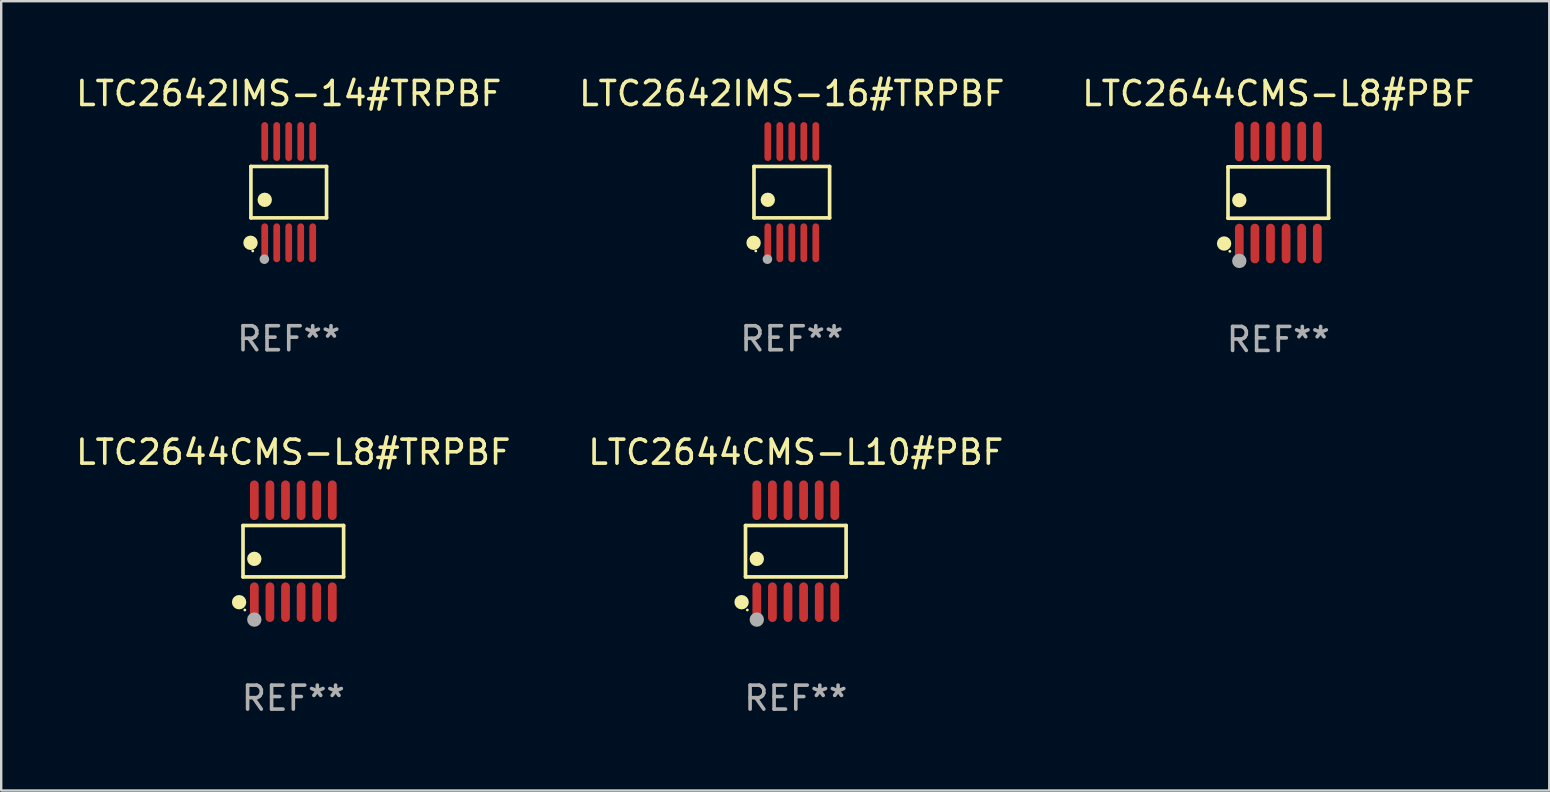
<source format=kicad_pcb>
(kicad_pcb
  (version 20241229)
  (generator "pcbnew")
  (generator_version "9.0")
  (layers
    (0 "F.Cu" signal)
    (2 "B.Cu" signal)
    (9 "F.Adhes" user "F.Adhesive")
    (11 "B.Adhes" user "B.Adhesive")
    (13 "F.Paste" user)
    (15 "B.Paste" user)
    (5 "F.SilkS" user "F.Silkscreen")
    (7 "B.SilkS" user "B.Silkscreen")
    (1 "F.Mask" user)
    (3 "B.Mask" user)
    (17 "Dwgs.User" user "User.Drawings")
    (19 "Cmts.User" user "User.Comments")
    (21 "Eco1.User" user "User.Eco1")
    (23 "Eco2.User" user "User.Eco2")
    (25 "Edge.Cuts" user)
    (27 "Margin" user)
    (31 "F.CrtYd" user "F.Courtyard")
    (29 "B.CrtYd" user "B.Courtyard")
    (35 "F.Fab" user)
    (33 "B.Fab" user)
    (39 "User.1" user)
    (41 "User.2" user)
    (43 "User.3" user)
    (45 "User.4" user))
  (footprint "LTC2644CMS-L10#PBF"
    (layer "F.Cu")
    (at 30.113 19.92)
    (property "Reference" "LTC2644CMS-L10#PBF" (at 0 -4.125 0) (layer "F.SilkS") (effects (font (size 1 1) (thickness 0.15))))
    (attr through_hole)
    (fp_line (start -2.096 -1.071) (end 2.096 -1.071) (stroke (width 0.152) (type solid)) (layer "F.SilkS"))
    (fp_line (start -2.096 1.071) (end -2.096 -1.071) (stroke (width 0.152) (type solid)) (layer "F.SilkS"))
    (fp_line (start 2.096 -1.071) (end 2.096 1.071) (stroke (width 0.152) (type solid)) (layer "F.SilkS"))
    (fp_line (start 2.096 1.071) (end -2.096 1.071) (stroke (width 0.152) (type solid)) (layer "F.SilkS"))
    (fp_circle (center -2.259 2.125) (end -2.109 2.125) (stroke (width 0.3) (type solid)) (fill no) (layer "F.SilkS"))
    (fp_circle (center -2.02 2.45) (end -1.99 2.45) (stroke (width 0.06) (type solid)) (fill no) (layer "F.SilkS"))
    (fp_circle (center -1.625 0.319) (end -1.475 0.319) (stroke (width 0.3) (type solid)) (fill no) (layer "F.SilkS"))
    (fp_circle (center -1.625 2.85) (end -1.475 2.85) (stroke (width 0.3) (type solid)) (fill no) (layer "F.Fab"))
    (fp_text user "REF**" (at 0 6.125 0) (layer "F.Fab") (effects (font (size 1 1) (thickness 0.15))))
    (pad "1" smd oval (at -1.625 2.125) (size 0.364 1.65) (layers "F.Cu" "F.Mask" "F.Paste"))
    (pad "2" smd oval (at -0.975 2.125) (size 0.364 1.65) (layers "F.Cu" "F.Mask" "F.Paste"))
    (pad "3" smd oval (at -0.325 2.125) (size 0.364 1.65) (layers "F.Cu" "F.Mask" "F.Paste"))
    (pad "4" smd oval (at 0.325 2.125) (size 0.364 1.65) (layers "F.Cu" "F.Mask" "F.Paste"))
    (pad "5" smd oval (at 0.975 2.125) (size 0.364 1.65) (layers "F.Cu" "F.Mask" "F.Paste"))
    (pad "6" smd oval (at 1.625 2.125) (size 0.364 1.65) (layers "F.Cu" "F.Mask" "F.Paste"))
    (pad "7" smd oval (at 1.625 -2.125) (size 0.364 1.65) (layers "F.Cu" "F.Mask" "F.Paste"))
    (pad "8" smd oval (at 0.975 -2.125) (size 0.364 1.65) (layers "F.Cu" "F.Mask" "F.Paste"))
    (pad "9" smd oval (at 0.325 -2.125) (size 0.364 1.65) (layers "F.Cu" "F.Mask" "F.Paste"))
    (pad "10" smd oval (at -0.325 -2.125) (size 0.364 1.65) (layers "F.Cu" "F.Mask" "F.Paste"))
    (pad "11" smd oval (at -0.975 -2.125) (size 0.364 1.65) (layers "F.Cu" "F.Mask" "F.Paste"))
    (pad "12" smd oval (at -1.625 -2.125) (size 0.364 1.65) (layers "F.Cu" "F.Mask" "F.Paste")))
  (footprint "LTC2642IMS-16#TRPBF"
    (layer "F.Cu")
    (at 29.946 4.958)
    (property "Reference" "LTC2642IMS-16#TRPBF" (at 0 -4.11 0) (layer "F.SilkS") (effects (font (size 1 1) (thickness 0.15))))
    (attr through_hole)
    (fp_line (start -1.576 -1.071) (end 1.576 -1.071) (stroke (width 0.152) (type solid)) (layer "F.SilkS"))
    (fp_line (start -1.576 1.071) (end -1.576 -1.071) (stroke (width 0.152) (type solid)) (layer "F.SilkS"))
    (fp_line (start 1.576 -1.071) (end 1.576 1.071) (stroke (width 0.152) (type solid)) (layer "F.SilkS"))
    (fp_line (start 1.576 1.071) (end -1.576 1.071) (stroke (width 0.152) (type solid)) (layer "F.SilkS"))
    (fp_circle (center -1.592 2.11) (end -1.442 2.11) (stroke (width 0.3) (type solid)) (fill no) (layer "F.SilkS"))
    (fp_circle (center -1.5 2.45) (end -1.47 2.45) (stroke (width 0.06) (type solid)) (fill no) (layer "F.SilkS"))
    (fp_circle (center -1 0.319) (end -0.85 0.319) (stroke (width 0.3) (type solid)) (fill no) (layer "F.SilkS"))
    (fp_circle (center -1.016 2.794) (end -0.916 2.794) (stroke (width 0.2) (type solid)) (fill no) (layer "F.Fab"))
    (fp_text user "REF**" (at 0 6.11 0) (layer "F.Fab") (effects (font (size 1 1) (thickness 0.15))))
    (pad "1" smd oval (at -1 2.11) (size 0.28 1.62) (layers "F.Cu" "F.Mask" "F.Paste"))
    (pad "2" smd oval (at -0.5 2.11) (size 0.28 1.62) (layers "F.Cu" "F.Mask" "F.Paste"))
    (pad "3" smd oval (at 0 2.11) (size 0.28 1.62) (layers "F.Cu" "F.Mask" "F.Paste"))
    (pad "4" smd oval (at 0.5 2.11) (size 0.28 1.62) (layers "F.Cu" "F.Mask" "F.Paste"))
    (pad "5" smd oval (at 1 2.11) (size 0.28 1.62) (layers "F.Cu" "F.Mask" "F.Paste"))
    (pad "6" smd oval (at 1 -2.11) (size 0.28 1.62) (layers "F.Cu" "F.Mask" "F.Paste"))
    (pad "7" smd oval (at 0.5 -2.11) (size 0.28 1.62) (layers "F.Cu" "F.Mask" "F.Paste"))
    (pad "8" smd oval (at 0 -2.11) (size 0.28 1.62) (layers "F.Cu" "F.Mask" "F.Paste"))
    (pad "9" smd oval (at -0.5 -2.11) (size 0.28 1.62) (layers "F.Cu" "F.Mask" "F.Paste"))
    (pad "10" smd oval (at -1 -2.11) (size 0.28 1.62) (layers "F.Cu" "F.Mask" "F.Paste")))
  (footprint "LTC2644CMS-L8#TRPBF"
    (layer "F.Cu")
    (at 9.173 19.92)
    (property "Reference" "LTC2644CMS-L8#TRPBF" (at 0 -4.125 0) (layer "F.SilkS") (effects (font (size 1 1) (thickness 0.15))))
    (attr through_hole)
    (fp_line (start -2.096 -1.071) (end 2.096 -1.071) (stroke (width 0.152) (type solid)) (layer "F.SilkS"))
    (fp_line (start -2.096 1.071) (end -2.096 -1.071) (stroke (width 0.152) (type solid)) (layer "F.SilkS"))
    (fp_line (start 2.096 -1.071) (end 2.096 1.071) (stroke (width 0.152) (type solid)) (layer "F.SilkS"))
    (fp_line (start 2.096 1.071) (end -2.096 1.071) (stroke (width 0.152) (type solid)) (layer "F.SilkS"))
    (fp_circle (center -2.259 2.125) (end -2.109 2.125) (stroke (width 0.3) (type solid)) (fill no) (layer "F.SilkS"))
    (fp_circle (center -2.02 2.45) (end -1.99 2.45) (stroke (width 0.06) (type solid)) (fill no) (layer "F.SilkS"))
    (fp_circle (center -1.625 0.319) (end -1.475 0.319) (stroke (width 0.3) (type solid)) (fill no) (layer "F.SilkS"))
    (fp_circle (center -1.625 2.85) (end -1.475 2.85) (stroke (width 0.3) (type solid)) (fill no) (layer "F.Fab"))
    (fp_text user "REF**" (at 0 6.125 0) (layer "F.Fab") (effects (font (size 1 1) (thickness 0.15))))
    (pad "1" smd oval (at -1.625 2.125) (size 0.364 1.65) (layers "F.Cu" "F.Mask" "F.Paste"))
    (pad "2" smd oval (at -0.975 2.125) (size 0.364 1.65) (layers "F.Cu" "F.Mask" "F.Paste"))
    (pad "3" smd oval (at -0.325 2.125) (size 0.364 1.65) (layers "F.Cu" "F.Mask" "F.Paste"))
    (pad "4" smd oval (at 0.325 2.125) (size 0.364 1.65) (layers "F.Cu" "F.Mask" "F.Paste"))
    (pad "5" smd oval (at 0.975 2.125) (size 0.364 1.65) (layers "F.Cu" "F.Mask" "F.Paste"))
    (pad "6" smd oval (at 1.625 2.125) (size 0.364 1.65) (layers "F.Cu" "F.Mask" "F.Paste"))
    (pad "7" smd oval (at 1.625 -2.125) (size 0.364 1.65) (layers "F.Cu" "F.Mask" "F.Paste"))
    (pad "8" smd oval (at 0.975 -2.125) (size 0.364 1.65) (layers "F.Cu" "F.Mask" "F.Paste"))
    (pad "9" smd oval (at 0.325 -2.125) (size 0.364 1.65) (layers "F.Cu" "F.Mask" "F.Paste"))
    (pad "10" smd oval (at -0.325 -2.125) (size 0.364 1.65) (layers "F.Cu" "F.Mask" "F.Paste"))
    (pad "11" smd oval (at -0.975 -2.125) (size 0.364 1.65) (layers "F.Cu" "F.Mask" "F.Paste"))
    (pad "12" smd oval (at -1.625 -2.125) (size 0.364 1.65) (layers "F.Cu" "F.Mask" "F.Paste")))
  (footprint "LTC2644CMS-L8#PBF"
    (layer "F.Cu")
    (at 50.22 4.973)
    (property "Reference" "LTC2644CMS-L8#PBF" (at 0 -4.125 0) (layer "F.SilkS") (effects (font (size 1 1) (thickness 0.15))))
    (attr through_hole)
    (fp_line (start -2.096 -1.071) (end 2.096 -1.071) (stroke (width 0.152) (type solid)) (layer "F.SilkS"))
    (fp_line (start -2.096 1.071) (end -2.096 -1.071) (stroke (width 0.152) (type solid)) (layer "F.SilkS"))
    (fp_line (start 2.096 -1.071) (end 2.096 1.071) (stroke (width 0.152) (type solid)) (layer "F.SilkS"))
    (fp_line (start 2.096 1.071) (end -2.096 1.071) (stroke (width 0.152) (type solid)) (layer "F.SilkS"))
    (fp_circle (center -2.259 2.125) (end -2.109 2.125) (stroke (width 0.3) (type solid)) (fill no) (layer "F.SilkS"))
    (fp_circle (center -2.02 2.45) (end -1.99 2.45) (stroke (width 0.06) (type solid)) (fill no) (layer "F.SilkS"))
    (fp_circle (center -1.625 0.319) (end -1.475 0.319) (stroke (width 0.3) (type solid)) (fill no) (layer "F.SilkS"))
    (fp_circle (center -1.625 2.85) (end -1.475 2.85) (stroke (width 0.3) (type solid)) (fill no) (layer "F.Fab"))
    (fp_text user "REF**" (at 0 6.125 0) (layer "F.Fab") (effects (font (size 1 1) (thickness 0.15))))
    (pad "1" smd oval (at -1.625 2.125) (size 0.364 1.65) (layers "F.Cu" "F.Mask" "F.Paste"))
    (pad "2" smd oval (at -0.975 2.125) (size 0.364 1.65) (layers "F.Cu" "F.Mask" "F.Paste"))
    (pad "3" smd oval (at -0.325 2.125) (size 0.364 1.65) (layers "F.Cu" "F.Mask" "F.Paste"))
    (pad "4" smd oval (at 0.325 2.125) (size 0.364 1.65) (layers "F.Cu" "F.Mask" "F.Paste"))
    (pad "5" smd oval (at 0.975 2.125) (size 0.364 1.65) (layers "F.Cu" "F.Mask" "F.Paste"))
    (pad "6" smd oval (at 1.625 2.125) (size 0.364 1.65) (layers "F.Cu" "F.Mask" "F.Paste"))
    (pad "7" smd oval (at 1.625 -2.125) (size 0.364 1.65) (layers "F.Cu" "F.Mask" "F.Paste"))
    (pad "8" smd oval (at 0.975 -2.125) (size 0.364 1.65) (layers "F.Cu" "F.Mask" "F.Paste"))
    (pad "9" smd oval (at 0.325 -2.125) (size 0.364 1.65) (layers "F.Cu" "F.Mask" "F.Paste"))
    (pad "10" smd oval (at -0.325 -2.125) (size 0.364 1.65) (layers "F.Cu" "F.Mask" "F.Paste"))
    (pad "11" smd oval (at -0.975 -2.125) (size 0.364 1.65) (layers "F.Cu" "F.Mask" "F.Paste"))
    (pad "12" smd oval (at -1.625 -2.125) (size 0.364 1.65) (layers "F.Cu" "F.Mask" "F.Paste")))
  (footprint "LTC2642IMS-14#TRPBF"
    (layer "F.Cu")
    (at 8.982 4.958)
    (property "Reference" "LTC2642IMS-14#TRPBF" (at 0 -4.11 0) (layer "F.SilkS") (effects (font (size 1 1) (thickness 0.15))))
    (attr through_hole)
    (fp_line (start -1.576 -1.071) (end 1.576 -1.071) (stroke (width 0.152) (type solid)) (layer "F.SilkS"))
    (fp_line (start -1.576 1.071) (end -1.576 -1.071) (stroke (width 0.152) (type solid)) (layer "F.SilkS"))
    (fp_line (start 1.576 -1.071) (end 1.576 1.071) (stroke (width 0.152) (type solid)) (layer "F.SilkS"))
    (fp_line (start 1.576 1.071) (end -1.576 1.071) (stroke (width 0.152) (type solid)) (layer "F.SilkS"))
    (fp_circle (center -1.592 2.11) (end -1.442 2.11) (stroke (width 0.3) (type solid)) (fill no) (layer "F.SilkS"))
    (fp_circle (center -1.5 2.45) (end -1.47 2.45) (stroke (width 0.06) (type solid)) (fill no) (layer "F.SilkS"))
    (fp_circle (center -1 0.319) (end -0.85 0.319) (stroke (width 0.3) (type solid)) (fill no) (layer "F.SilkS"))
    (fp_circle (center -1.016 2.794) (end -0.916 2.794) (stroke (width 0.2) (type solid)) (fill no) (layer "F.Fab"))
    (fp_text user "REF**" (at 0 6.11 0) (layer "F.Fab") (effects (font (size 1 1) (thickness 0.15))))
    (pad "1" smd oval (at -1 2.11) (size 0.28 1.62) (layers "F.Cu" "F.Mask" "F.Paste"))
    (pad "2" smd oval (at -0.5 2.11) (size 0.28 1.62) (layers "F.Cu" "F.Mask" "F.Paste"))
    (pad "3" smd oval (at 0 2.11) (size 0.28 1.62) (layers "F.Cu" "F.Mask" "F.Paste"))
    (pad "4" smd oval (at 0.5 2.11) (size 0.28 1.62) (layers "F.Cu" "F.Mask" "F.Paste"))
    (pad "5" smd oval (at 1 2.11) (size 0.28 1.62) (layers "F.Cu" "F.Mask" "F.Paste"))
    (pad "6" smd oval (at 1 -2.11) (size 0.28 1.62) (layers "F.Cu" "F.Mask" "F.Paste"))
    (pad "7" smd oval (at 0.5 -2.11) (size 0.28 1.62) (layers "F.Cu" "F.Mask" "F.Paste"))
    (pad "8" smd oval (at 0 -2.11) (size 0.28 1.62) (layers "F.Cu" "F.Mask" "F.Paste"))
    (pad "9" smd oval (at -0.5 -2.11) (size 0.28 1.62) (layers "F.Cu" "F.Mask" "F.Paste"))
    (pad "10" smd oval (at -1 -2.11) (size 0.28 1.62) (layers "F.Cu" "F.Mask" "F.Paste")))
  (gr_rect
    (start -3 -3)
    (end 61.512 29.893)
    (stroke (width 0.1) (type default))
    (fill no)
    (layer "Edge.Cuts")))
</source>
